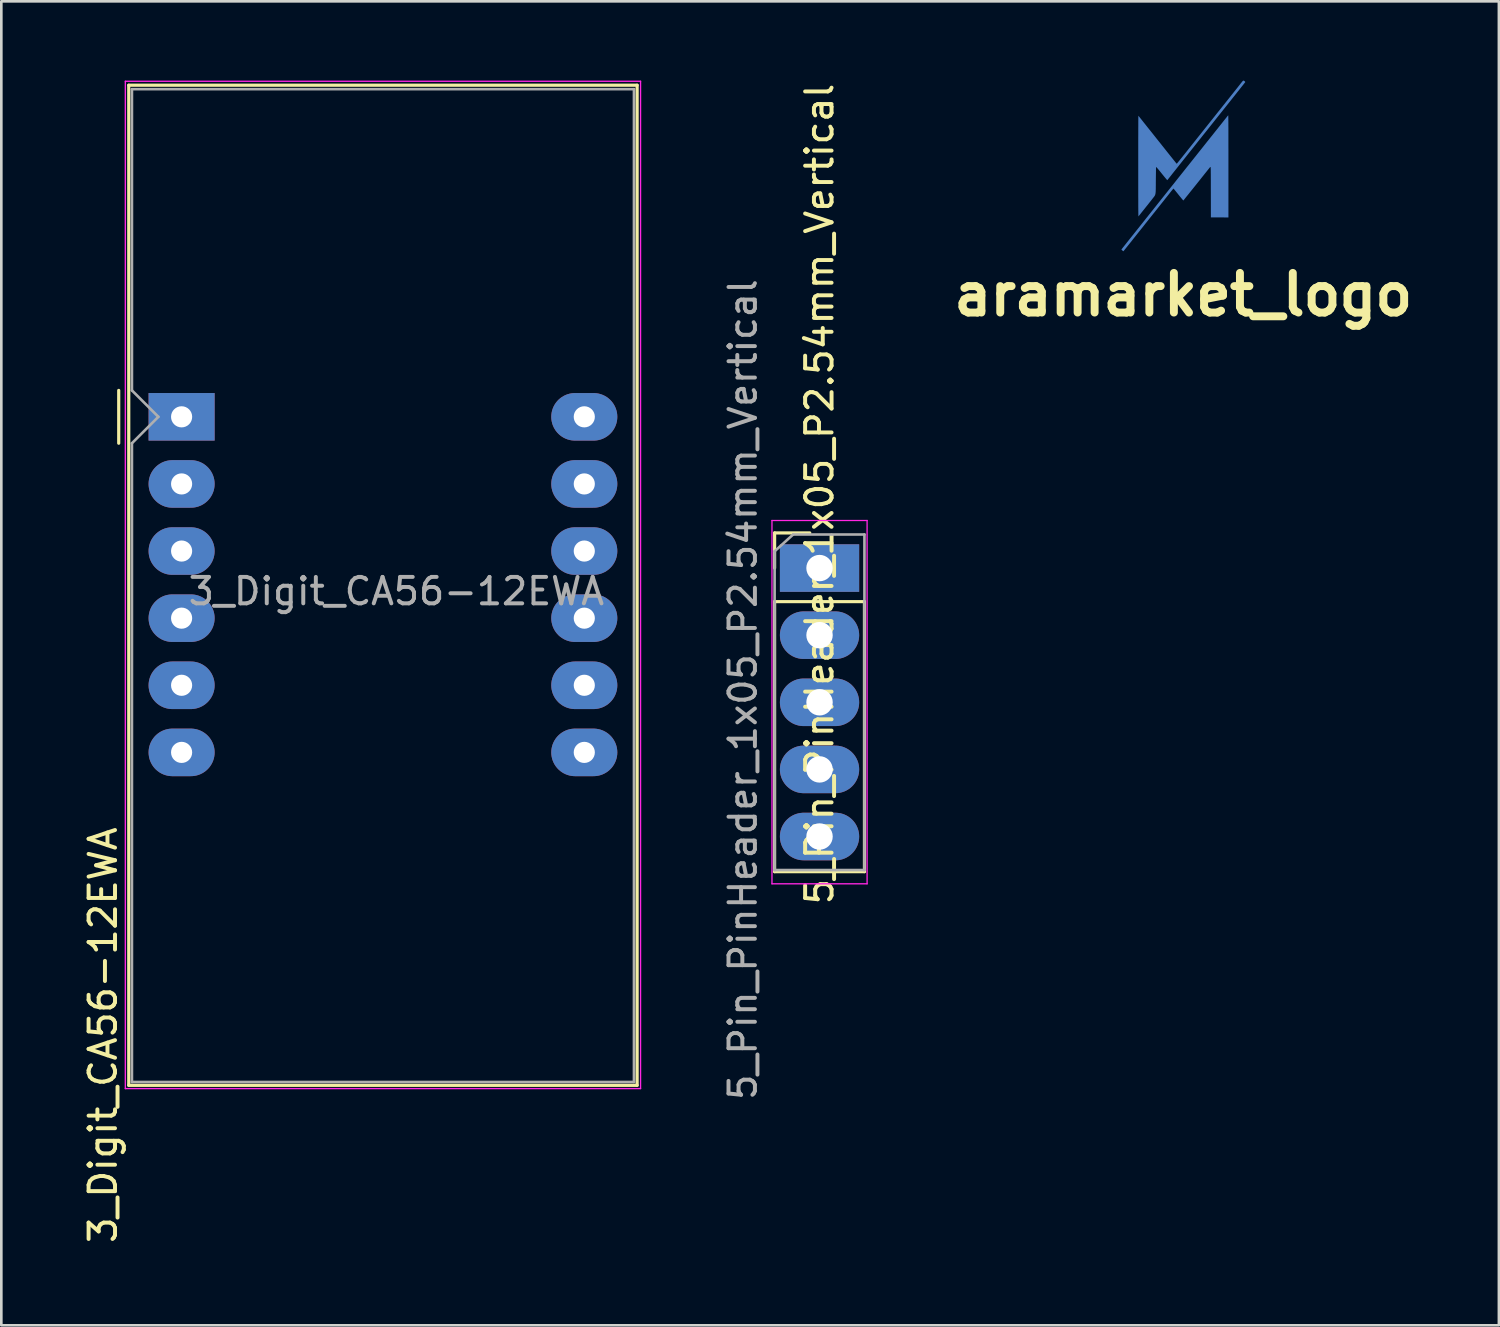
<source format=kicad_pcb>
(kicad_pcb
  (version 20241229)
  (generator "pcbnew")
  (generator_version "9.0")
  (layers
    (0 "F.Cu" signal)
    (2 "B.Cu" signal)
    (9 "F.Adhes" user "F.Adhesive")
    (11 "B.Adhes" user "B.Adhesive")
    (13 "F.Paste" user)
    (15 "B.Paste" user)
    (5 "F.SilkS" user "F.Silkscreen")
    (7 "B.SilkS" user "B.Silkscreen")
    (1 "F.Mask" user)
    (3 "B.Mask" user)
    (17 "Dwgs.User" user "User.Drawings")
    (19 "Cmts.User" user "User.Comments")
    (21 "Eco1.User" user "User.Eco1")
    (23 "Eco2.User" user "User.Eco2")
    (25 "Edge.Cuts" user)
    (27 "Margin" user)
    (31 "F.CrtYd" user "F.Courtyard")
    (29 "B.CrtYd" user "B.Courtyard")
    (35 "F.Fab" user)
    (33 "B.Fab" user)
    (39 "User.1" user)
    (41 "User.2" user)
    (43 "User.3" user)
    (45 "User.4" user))
  (footprint "aramarket_logo"
    (layer "F.Cu")
    (at 41.734 3.2)
    (property "Reference" "aramarket_logo" (at 0 4.9 0) (layer "F.SilkS") (effects (font (size 1.5 1.5) (thickness 0.3))))
    (attr board_only exclude_from_pos_files exclude_from_bom)
    (fp_poly (pts (xy 1.698 -1.886) (xy 1.699 -1.882) (xy 1.7 -1.874) (xy 1.701 -1.861) (xy 1.702 -1.844) (xy 1.702 -1.822) (xy 1.703 -1.794) (xy 1.703 -1.76) (xy 1.704 -1.72) (xy 1.704 -1.673) (xy 1.705 -1.618) (xy 1.705 -1.556) (xy 1.705 -1.486) (xy 1.706 -1.408) (xy 1.706 -1.32) (xy 1.706 -1.223) (xy 1.706 -1.116) (xy 1.706 -0.999) (xy 1.706 -0.872) (xy 1.706 -0.733) (xy 1.707 -0.583) (xy 1.707 -0.421) (xy 1.707 -0.247) (xy 1.707 -0.06) (xy 1.707 0.042) (xy 1.707 1.98) (xy 1.375 1.978) (xy 1.043 1.977) (xy 1.042 1.026) (xy 1.041 0.894) (xy 1.041 0.774) (xy 1.041 0.667) (xy 1.041 0.571) (xy 1.04 0.486) (xy 1.04 0.411) (xy 1.04 0.345) (xy 1.039 0.289) (xy 1.039 0.241) (xy 1.038 0.2) (xy 1.038 0.166) (xy 1.037 0.139) (xy 1.036 0.117) (xy 1.035 0.1) (xy 1.034 0.088) (xy 1.033 0.08) (xy 1.032 0.074) (xy 1.03 0.071) (xy 1.029 0.071) (xy 1.017 0.072) (xy 1.007 0.082) (xy 0.977 0.12) (xy 0.941 0.165) (xy 0.901 0.215) (xy 0.856 0.272) (xy 0.807 0.332) (xy 0.756 0.397) (xy 0.702 0.464) (xy 0.647 0.534) (xy 0.59 0.605) (xy 0.532 0.677) (xy 0.475 0.749) (xy 0.418 0.82) (xy 0.362 0.89) (xy 0.308 0.957) (xy 0.256 1.021) (xy 0.208 1.082) (xy 0.163 1.138) (xy 0.122 1.188) (xy 0.086 1.233) (xy 0.056 1.271) (xy 0.032 1.301) (xy 0.014 1.323) (xy 0.003 1.335) (xy 0.001 1.339) (xy -0.005 1.334) (xy -0.017 1.32) (xy -0.036 1.297) (xy -0.061 1.268) (xy -0.09 1.232) (xy -0.124 1.191) (xy -0.161 1.145) (xy -0.186 1.114) (xy -0.224 1.066) (xy -0.26 1.022) (xy -0.292 0.982) (xy -0.32 0.948) (xy -0.343 0.92) (xy -0.36 0.9) (xy -0.37 0.889) (xy -0.373 0.887) (xy -0.378 0.892) (xy -0.391 0.906) (xy -0.409 0.927) (xy -0.432 0.955) (xy -0.458 0.987) (xy -0.474 1.008) (xy -0.492 1.03) (xy -0.516 1.061) (xy -0.548 1.101) (xy -0.586 1.149) (xy -0.63 1.204) (xy -0.679 1.265) (xy -0.731 1.332) (xy -0.788 1.403) (xy -0.847 1.477) (xy -0.909 1.555) (xy -0.972 1.634) (xy -1.036 1.715) (xy -1.043 1.723) (xy -1.115 1.813) (xy -1.191 1.909) (xy -1.27 2.008) (xy -1.35 2.109) (xy -1.432 2.211) (xy -1.512 2.313) (xy -1.591 2.412) (xy -1.667 2.507) (xy -1.738 2.597) (xy -1.804 2.679) (xy -1.863 2.754) (xy -1.879 2.773) (xy -1.933 2.842) (xy -1.985 2.908) (xy -2.035 2.97) (xy -2.081 3.027) (xy -2.123 3.08) (xy -2.161 3.127) (xy -2.193 3.167) (xy -2.219 3.2) (xy -2.239 3.224) (xy -2.251 3.24) (xy -2.256 3.245) (xy -2.27 3.26) (xy -2.308 3.229) (xy -2.328 3.212) (xy -2.34 3.198) (xy -2.342 3.191) (xy -2.341 3.19) (xy -2.34 3.188) (xy -2.338 3.186) (xy -2.335 3.182) (xy -2.331 3.176) (xy -2.325 3.169) (xy -2.318 3.159) (xy -2.308 3.147) (xy -2.296 3.132) (xy -2.282 3.113) (xy -2.264 3.092) (xy -2.244 3.066) (xy -2.22 3.036) (xy -2.192 3.001) (xy -2.161 2.962) (xy -2.126 2.917) (xy -2.086 2.867) (xy -2.042 2.811) (xy -1.992 2.749) (xy -1.938 2.681) (xy -1.878 2.606) (xy -1.812 2.523) (xy -1.741 2.434) (xy -1.663 2.336) (xy -1.579 2.23) (xy -1.488 2.116) (xy -1.391 1.993) (xy -1.286 1.861) (xy -1.173 1.72) (xy -1.053 1.569) (xy -0.925 1.408) (xy -0.9 1.377) (xy -0.796 1.246) (xy -0.687 1.109) (xy -0.574 0.967) (xy -0.459 0.822) (xy -0.341 0.675) (xy -0.223 0.525) (xy -0.103 0.375) (xy 0.016 0.226) (xy 0.133 0.078) (xy 0.249 -0.067) (xy 0.362 -0.209) (xy 0.471 -0.346) (xy 0.575 -0.477) (xy 0.675 -0.602) (xy 0.768 -0.719) (xy 0.854 -0.828) (xy 0.909 -0.897) (xy 0.989 -0.997) (xy 1.067 -1.095) (xy 1.142 -1.189) (xy 1.214 -1.28) (xy 1.283 -1.366) (xy 1.348 -1.448) (xy 1.409 -1.524) (xy 1.465 -1.595) (xy 1.516 -1.659) (xy 1.561 -1.716) (xy 1.601 -1.766) (xy 1.635 -1.808) (xy 1.661 -1.842) (xy 1.681 -1.866) (xy 1.693 -1.881) (xy 1.698 -1.886)) (stroke (width 0) (type solid)) (fill yes) (layer "B.Cu"))
    (fp_poly (pts (xy 2.291 -3.196) (xy 2.307 -3.186) (xy 2.324 -3.172) (xy 2.337 -3.158) (xy 2.344 -3.147) (xy 2.344 -3.143) (xy 2.34 -3.138) (xy 2.33 -3.124) (xy 2.312 -3.101) (xy 2.287 -3.069) (xy 2.255 -3.028) (xy 2.215 -2.979) (xy 2.169 -2.92) (xy 2.115 -2.851) (xy 2.053 -2.774) (xy 1.984 -2.687) (xy 1.907 -2.59) (xy 1.823 -2.484) (xy 1.73 -2.367) (xy 1.63 -2.241) (xy 1.521 -2.105) (xy 1.405 -1.959) (xy 1.28 -1.803) (xy 1.169 -1.663) (xy 1.115 -1.595) (xy 1.053 -1.517) (xy 0.983 -1.429) (xy 0.907 -1.333) (xy 0.824 -1.229) (xy 0.735 -1.118) (xy 0.641 -0.999) (xy 0.541 -0.874) (xy 0.438 -0.744) (xy 0.33 -0.608) (xy 0.218 -0.468) (xy 0.104 -0.324) (xy -0.013 -0.177) (xy -0.133 -0.027) (xy -0.254 0.126) (xy -0.376 0.279) (xy -0.403 0.313) (xy -0.443 0.364) (xy -0.48 0.411) (xy -0.514 0.453) (xy -0.544 0.491) (xy -0.569 0.522) (xy -0.589 0.547) (xy -0.601 0.562) (xy -0.606 0.569) (xy -0.606 0.569) (xy -0.611 0.565) (xy -0.624 0.551) (xy -0.643 0.529) (xy -0.668 0.5) (xy -0.698 0.464) (xy -0.733 0.422) (xy -0.77 0.376) (xy -0.811 0.326) (xy -0.817 0.318) (xy -0.865 0.258) (xy -0.906 0.208) (xy -0.939 0.168) (xy -0.967 0.135) (xy -0.988 0.11) (xy -1.004 0.092) (xy -1.016 0.08) (xy -1.024 0.073) (xy -1.028 0.072) (xy -1.03 0.073) (xy -1.031 0.082) (xy -1.033 0.103) (xy -1.034 0.137) (xy -1.035 0.183) (xy -1.036 0.241) (xy -1.037 0.31) (xy -1.038 0.389) (xy -1.039 0.479) (xy -1.04 0.573) (xy -1.041 0.67) (xy -1.041 0.754) (xy -1.042 0.827) (xy -1.042 0.89) (xy -1.044 0.944) (xy -1.045 0.989) (xy -1.048 1.028) (xy -1.052 1.061) (xy -1.056 1.089) (xy -1.063 1.113) (xy -1.07 1.134) (xy -1.08 1.154) (xy -1.091 1.173) (xy -1.105 1.192) (xy -1.121 1.213) (xy -1.14 1.237) (xy -1.161 1.264) (xy -1.166 1.27) (xy -1.183 1.292) (xy -1.207 1.323) (xy -1.238 1.362) (xy -1.274 1.407) (xy -1.314 1.458) (xy -1.358 1.514) (xy -1.405 1.572) (xy -1.453 1.633) (xy -1.502 1.694) (xy -1.55 1.754) (xy -1.597 1.813) (xy -1.641 1.869) (xy -1.683 1.92) (xy -1.698 1.94) (xy -1.699 1.938) (xy -1.7 1.931) (xy -1.7 1.919) (xy -1.701 1.9) (xy -1.702 1.875) (xy -1.702 1.842) (xy -1.703 1.803) (xy -1.703 1.756) (xy -1.704 1.701) (xy -1.704 1.637) (xy -1.705 1.565) (xy -1.705 1.484) (xy -1.705 1.393) (xy -1.705 1.292) (xy -1.706 1.181) (xy -1.706 1.059) (xy -1.706 0.926) (xy -1.706 0.782) (xy -1.706 0.627) (xy -1.706 0.459) (xy -1.706 0.278) (xy -1.706 0.085) (xy -1.706 0.037) (xy -1.706 -0.138) (xy -1.706 -0.306) (xy -1.706 -0.469) (xy -1.706 -0.624) (xy -1.706 -0.773) (xy -1.706 -0.914) (xy -1.706 -1.047) (xy -1.705 -1.171) (xy -1.705 -1.287) (xy -1.705 -1.394) (xy -1.704 -1.491) (xy -1.704 -1.577) (xy -1.704 -1.654) (xy -1.703 -1.719) (xy -1.703 -1.774) (xy -1.702 -1.816) (xy -1.702 -1.847) (xy -1.701 -1.865) (xy -1.701 -1.87) (xy -1.695 -1.863) (xy -1.682 -1.846) (xy -1.66 -1.82) (xy -1.631 -1.783) (xy -1.593 -1.736) (xy -1.548 -1.679) (xy -1.496 -1.613) (xy -1.435 -1.537) (xy -1.368 -1.452) (xy -1.293 -1.358) (xy -1.21 -1.255) (xy -1.121 -1.143) (xy -1.025 -1.022) (xy -0.922 -0.892) (xy -0.893 -0.857) (xy -0.805 -0.745) (xy -0.724 -0.644) (xy -0.651 -0.552) (xy -0.585 -0.469) (xy -0.526 -0.395) (xy -0.474 -0.33) (xy -0.428 -0.273) (xy -0.389 -0.223) (xy -0.355 -0.181) (xy -0.326 -0.145) (xy -0.303 -0.116) (xy -0.284 -0.093) (xy -0.27 -0.076) (xy -0.26 -0.063) (xy -0.254 -0.056) (xy -0.251 -0.053) (xy -0.251 -0.053) (xy -0.248 -0.055) (xy -0.243 -0.061) (xy -0.234 -0.07) (xy -0.222 -0.085) (xy -0.206 -0.105) (xy -0.185 -0.13) (xy -0.159 -0.161) (xy -0.129 -0.199) (xy -0.093 -0.244) (xy -0.051 -0.296) (xy -0.003 -0.357) (xy 0.052 -0.425) (xy 0.114 -0.503) (xy 0.183 -0.59) (xy 0.26 -0.687) (xy 0.3 -0.737) (xy 0.357 -0.809) (xy 0.422 -0.89) (xy 0.493 -0.98) (xy 0.57 -1.077) (xy 0.652 -1.179) (xy 0.738 -1.287) (xy 0.827 -1.399) (xy 0.918 -1.513) (xy 1.01 -1.629) (xy 1.103 -1.745) (xy 1.195 -1.861) (xy 1.286 -1.976) (xy 1.375 -2.087) (xy 1.461 -2.195) (xy 1.47 -2.207) (xy 1.547 -2.303) (xy 1.621 -2.397) (xy 1.693 -2.487) (xy 1.762 -2.574) (xy 1.828 -2.657) (xy 1.89 -2.735) (xy 1.948 -2.807) (xy 2.001 -2.874) (xy 2.049 -2.934) (xy 2.091 -2.988) (xy 2.127 -3.033) (xy 2.157 -3.071) (xy 2.179 -3.1) (xy 2.195 -3.119) (xy 2.203 -3.129) (xy 2.203 -3.13) (xy 2.231 -3.165) (xy 2.254 -3.188) (xy 2.272 -3.199) (xy 2.278 -3.2)) (stroke (width 0) (type solid)) (fill yes) (layer "B.Cu")))
  (footprint "3_Digit_CA56-12EWA"
    (layer "F.Cu")
    (at 3.823 12.725)
    (property "Reference" "3_Digit_CA56-12EWA" (at -2.975 23.4 270) (layer "F.SilkS") (effects (font (size 1 1) (thickness 0.15))))
    (attr through_hole)
    (fp_line (start -2.38 -1) (end -2.38 1) (stroke (width 0.12) (type solid)) (layer "F.SilkS"))
    (fp_line (start -2 -12.55) (end -2 25.3) (stroke (width 0.12) (type solid)) (layer "F.SilkS"))
    (fp_line (start -2 -12.55) (end 17.24 -12.55) (stroke (width 0.12) (type solid)) (layer "F.SilkS"))
    (fp_line (start -2 25.3) (end 17.24 25.3) (stroke (width 0.12) (type solid)) (layer "F.SilkS"))
    (fp_line (start 17.24 25.3) (end 17.24 -12.55) (stroke (width 0.12) (type solid)) (layer "F.SilkS"))
    (fp_line (start -2.13 -12.7) (end 17.37 -12.7) (stroke (width 0.05) (type solid)) (layer "F.CrtYd"))
    (fp_line (start -2.13 25.425) (end -2.13 -12.7) (stroke (width 0.05) (type solid)) (layer "F.CrtYd"))
    (fp_line (start 17.37 -12.7) (end 17.37 25.425) (stroke (width 0.05) (type solid)) (layer "F.CrtYd"))
    (fp_line (start 17.37 25.425) (end -2.13 25.425) (stroke (width 0.05) (type solid)) (layer "F.CrtYd"))
    (fp_line (start -1.88 -12.4) (end 17.12 -12.4) (stroke (width 0.1) (type solid)) (layer "F.Fab"))
    (fp_line (start -1.88 -1) (end -1.88 -12.4) (stroke (width 0.1) (type solid)) (layer "F.Fab"))
    (fp_line (start -1.88 1) (end -0.88 0) (stroke (width 0.1) (type solid)) (layer "F.Fab"))
    (fp_line (start -1.88 25.175) (end -1.88 1) (stroke (width 0.1) (type solid)) (layer "F.Fab"))
    (fp_line (start -1.88 25.175) (end 17.12 25.175) (stroke (width 0.1) (type solid)) (layer "F.Fab"))
    (fp_line (start -0.88 0) (end -1.88 -1) (stroke (width 0.1) (type solid)) (layer "F.Fab"))
    (fp_line (start 17.12 25.175) (end 17.12 -12.4) (stroke (width 0.1) (type solid)) (layer "F.Fab"))
    (fp_text user "${REFERENCE}" (at 8.128 6.604 0) (layer "F.Fab") (effects (font (size 1 1) (thickness 0.15))))
    (pad "1" thru_hole rect (at 0 0) (size 2.5 1.8) (drill 0.8) (layers "*.Cu" "*.Mask"))
    (pad "2" thru_hole oval (at 0 2.54) (size 2.5 1.8) (drill 0.8) (layers "*.Cu" "*.Mask"))
    (pad "3" thru_hole oval (at 0 5.08) (size 2.5 1.8) (drill 0.8) (layers "*.Cu" "*.Mask"))
    (pad "4" thru_hole oval (at 0 7.62) (size 2.5 1.8) (drill 0.8) (layers "*.Cu" "*.Mask"))
    (pad "5" thru_hole oval (at 0 10.16) (size 2.5 1.8) (drill 0.8) (layers "*.Cu" "*.Mask"))
    (pad "6" thru_hole oval (at 0 12.7) (size 2.5 1.8) (drill 0.8) (layers "*.Cu" "*.Mask"))
    (pad "7" thru_hole oval (at 15.24 12.7) (size 2.5 1.8) (drill 0.8) (layers "*.Cu" "*.Mask"))
    (pad "8" thru_hole oval (at 15.24 10.16) (size 2.5 1.8) (drill 0.8) (layers "*.Cu" "*.Mask"))
    (pad "9" thru_hole oval (at 15.24 7.62) (size 2.5 1.8) (drill 0.8) (layers "*.Cu" "*.Mask"))
    (pad "10" thru_hole oval (at 15.24 5.08) (size 2.5 1.8) (drill 0.8) (layers "*.Cu" "*.Mask"))
    (pad "11" thru_hole oval (at 15.24 2.54) (size 2.5 1.8) (drill 0.8) (layers "*.Cu" "*.Mask"))
    (pad "12" thru_hole oval (at 15.24 0) (size 2.5 1.8) (drill 0.8) (layers "*.Cu" "*.Mask")))
  (footprint "5_Pin_PinHeader_1x05_P2.54mm_Vertical"
    (layer "F.Cu")
    (at 27.966 18.449)
    (property "Reference" "5_Pin_PinHeader_1x05_P2.54mm_Vertical" (at 0 -2.8 270) (layer "F.SilkS") (effects (font (size 1 1) (thickness 0.15))))
    (attr through_hole)
    (fp_line (start -1.7 -1.33) (end -0.37 -1.33) (stroke (width 0.12) (type solid)) (layer "F.SilkS"))
    (fp_line (start -1.7 0) (end -1.7 -1.33) (stroke (width 0.12) (type solid)) (layer "F.SilkS"))
    (fp_line (start -1.7 1.27) (end -1.7 11.49) (stroke (width 0.12) (type solid)) (layer "F.SilkS"))
    (fp_line (start -1.7 1.27) (end 1.7 1.27) (stroke (width 0.12) (type solid)) (layer "F.SilkS"))
    (fp_line (start -1.7 11.49) (end 1.7 11.49) (stroke (width 0.12) (type solid)) (layer "F.SilkS"))
    (fp_line (start 1.7 1.27) (end 1.7 11.49) (stroke (width 0.12) (type solid)) (layer "F.SilkS"))
    (fp_line (start -1.8 -1.8) (end -1.8 11.95) (stroke (width 0.05) (type solid)) (layer "F.CrtYd"))
    (fp_line (start -1.8 11.95) (end 1.8 11.95) (stroke (width 0.05) (type solid)) (layer "F.CrtYd"))
    (fp_line (start 1.8 -1.8) (end -1.8 -1.8) (stroke (width 0.05) (type solid)) (layer "F.CrtYd"))
    (fp_line (start 1.8 11.95) (end 1.8 -1.8) (stroke (width 0.05) (type solid)) (layer "F.CrtYd"))
    (fp_line (start -1.7 -0.635) (end -1 -1.27) (stroke (width 0.1) (type solid)) (layer "F.Fab"))
    (fp_line (start -1.7 11.43) (end -1.7 -0.635) (stroke (width 0.1) (type solid)) (layer "F.Fab"))
    (fp_line (start -1 -1.27) (end 1.7 -1.27) (stroke (width 0.1) (type solid)) (layer "F.Fab"))
    (fp_line (start 1.7 -1.27) (end 1.7 11.43) (stroke (width 0.1) (type solid)) (layer "F.Fab"))
    (fp_line (start 1.7 11.43) (end -1.7 11.43) (stroke (width 0.1) (type solid)) (layer "F.Fab"))
    (fp_text user "${REFERENCE}" (at -2.9 4.6 270) (layer "F.Fab") (effects (font (size 1 1) (thickness 0.15))))
    (pad "1" thru_hole rect (at 0 0) (size 3 1.8) (drill 1) (layers "*.Cu" "*.Mask"))
    (pad "3" thru_hole oval (at 0 5.08) (size 3 1.8) (drill 1) (layers "*.Cu" "*.Mask"))
    (pad "4" thru_hole oval (at 0 7.62) (size 3 1.8) (drill 1) (layers "*.Cu" "*.Mask"))
    (pad "5" thru_hole oval (at 0 10.16) (size 3 1.8) (drill 1) (layers "*.Cu" "*.Mask"))
    (pad "E2" thru_hole oval (at 0 2.54) (size 3 1.8) (drill 1) (layers "*.Cu" "*.Mask")))
  (gr_rect
    (start -3 -3)
    (end 53.677 47.107)
    (stroke (width 0.1) (type default))
    (fill no)
    (layer "Edge.Cuts")))
</source>
